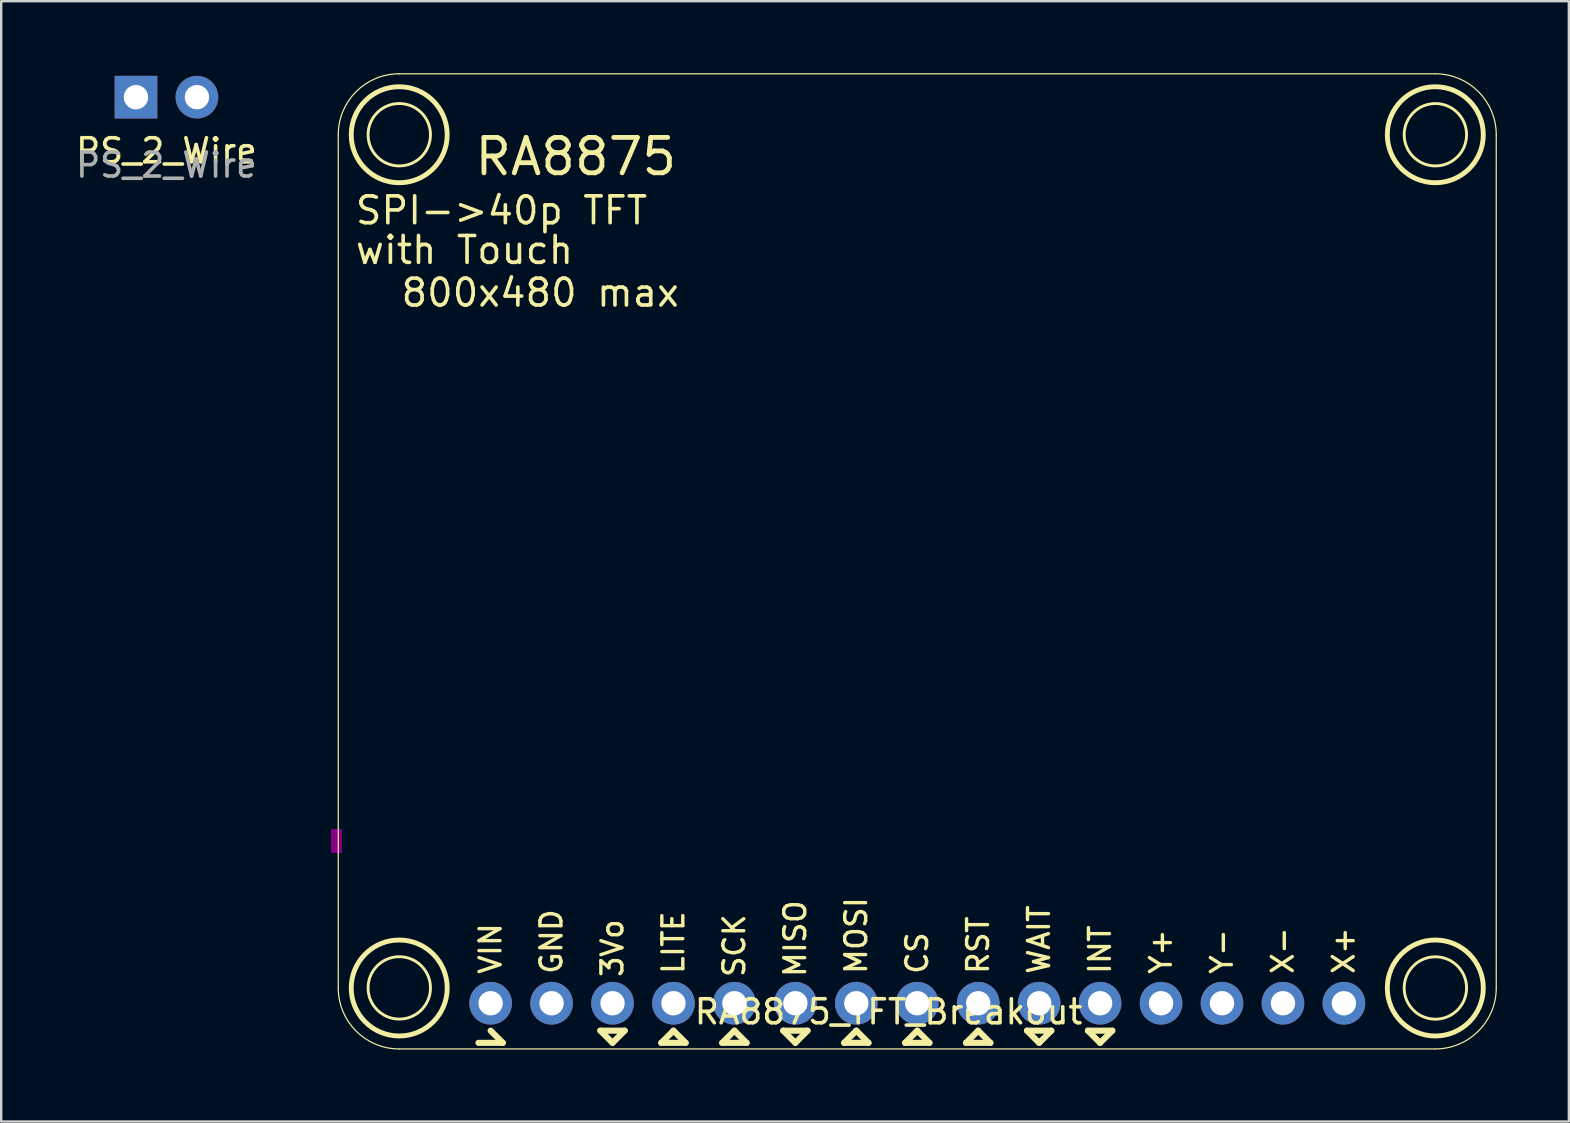
<source format=kicad_pcb>
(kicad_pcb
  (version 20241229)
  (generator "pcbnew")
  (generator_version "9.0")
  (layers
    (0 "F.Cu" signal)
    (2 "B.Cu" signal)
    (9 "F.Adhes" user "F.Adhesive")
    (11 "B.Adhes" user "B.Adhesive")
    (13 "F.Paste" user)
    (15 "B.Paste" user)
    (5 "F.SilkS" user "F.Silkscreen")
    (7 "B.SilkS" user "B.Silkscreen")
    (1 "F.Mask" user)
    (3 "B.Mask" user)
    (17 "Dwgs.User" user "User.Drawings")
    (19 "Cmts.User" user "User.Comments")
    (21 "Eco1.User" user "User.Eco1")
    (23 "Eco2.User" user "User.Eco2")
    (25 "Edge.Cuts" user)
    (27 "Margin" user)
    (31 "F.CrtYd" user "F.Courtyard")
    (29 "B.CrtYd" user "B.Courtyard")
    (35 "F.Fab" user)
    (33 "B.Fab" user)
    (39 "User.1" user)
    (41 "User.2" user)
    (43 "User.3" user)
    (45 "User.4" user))
  (footprint "PS_2_Wire"
    (layer "F.Cu")
    (at 3.887 1.33)
    (property "Reference" "PS_2_Wire" (at 0 1.905 0) (unlocked yes) (layer "F.SilkS") (effects (font (size 1 1) (thickness 0.15))))
    (attr smd)
    (fp_rect (start -2.21 -1.27) (end -0.33 0.61) (stroke (width 0.12) (type solid)) (fill no) (layer "F.Mask"))
    (fp_rect (start -0.33 0.61) (end -2.21 -1.27) (stroke (width 0.12) (type solid)) (fill no) (layer "B.Mask"))
    (fp_text user "${REFERENCE}" (at 0 2.5 0) (unlocked yes) (layer "F.Fab") (effects (font (size 1 1) (thickness 0.15))))
    (pad "1" thru_hole rect (at -1.27 -0.33) (size 1.778 1.778) (drill 1.016) (layers "*.Cu" "*.Mask"))
    (pad "2" thru_hole circle (at 1.27 -0.33 90) (size 1.778 1.778) (drill 1.016) (layers "*.Cu" "*.Mask")))
  (footprint "RA8875_TFT_Breakout"
    (layer "F.Cu")
    (at 36.374 39.619)
    (property "Reference" "RA8875_TFT_Breakout" (at -2.394 -0.5 0) (unlocked yes) (layer "F.SilkS") (effects (font (size 1 1) (thickness 0.15))))
    (attr through_hole)
    (fp_line (start -25.327 -1.494) (end -25.327 -37.054) (stroke (width 0.05) (type solid)) (layer "F.SilkS"))
    (fp_line (start -22.787 -39.594) (end 20.393 -39.594) (stroke (width 0.05) (type solid)) (layer "F.SilkS"))
    (fp_line (start -18.977 0.284) (end -18.469 0.792) (stroke (width 0.254) (type solid)) (layer "F.SilkS"))
    (fp_line (start -18.469 0.792) (end -19.485 0.792) (stroke (width 0.254) (type solid)) (layer "F.SilkS"))
    (fp_line (start -14.405 0.284) (end -13.389 0.284) (stroke (width 0.254) (type solid)) (layer "F.SilkS"))
    (fp_line (start -13.897 0.792) (end -14.405 0.284) (stroke (width 0.254) (type solid)) (layer "F.SilkS"))
    (fp_line (start -13.389 0.284) (end -13.897 0.792) (stroke (width 0.254) (type solid)) (layer "F.SilkS"))
    (fp_line (start -11.865 0.792) (end -11.357 0.284) (stroke (width 0.254) (type solid)) (layer "F.SilkS"))
    (fp_line (start -11.357 0.284) (end -10.849 0.792) (stroke (width 0.254) (type solid)) (layer "F.SilkS"))
    (fp_line (start -10.849 0.792) (end -11.865 0.792) (stroke (width 0.254) (type solid)) (layer "F.SilkS"))
    (fp_line (start -9.325 0.792) (end -8.817 0.284) (stroke (width 0.254) (type solid)) (layer "F.SilkS"))
    (fp_line (start -8.817 0.284) (end -8.309 0.792) (stroke (width 0.254) (type solid)) (layer "F.SilkS"))
    (fp_line (start -8.309 0.792) (end -9.325 0.792) (stroke (width 0.254) (type solid)) (layer "F.SilkS"))
    (fp_line (start -6.785 0.284) (end -5.769 0.284) (stroke (width 0.254) (type solid)) (layer "F.SilkS"))
    (fp_line (start -6.277 0.792) (end -6.785 0.284) (stroke (width 0.254) (type solid)) (layer "F.SilkS"))
    (fp_line (start -5.769 0.284) (end -6.277 0.792) (stroke (width 0.254) (type solid)) (layer "F.SilkS"))
    (fp_line (start -4.245 0.792) (end -3.737 0.284) (stroke (width 0.254) (type solid)) (layer "F.SilkS"))
    (fp_line (start -3.737 0.284) (end -3.229 0.792) (stroke (width 0.254) (type solid)) (layer "F.SilkS"))
    (fp_line (start -3.229 0.792) (end -4.245 0.792) (stroke (width 0.254) (type solid)) (layer "F.SilkS"))
    (fp_line (start -1.705 0.792) (end -1.197 0.284) (stroke (width 0.254) (type solid)) (layer "F.SilkS"))
    (fp_line (start -1.197 0.284) (end -0.689 0.792) (stroke (width 0.254) (type solid)) (layer "F.SilkS"))
    (fp_line (start -0.689 0.792) (end -1.705 0.792) (stroke (width 0.254) (type solid)) (layer "F.SilkS"))
    (fp_line (start 0.835 0.792) (end 1.343 0.284) (stroke (width 0.254) (type solid)) (layer "F.SilkS"))
    (fp_line (start 1.343 0.284) (end 1.851 0.792) (stroke (width 0.254) (type solid)) (layer "F.SilkS"))
    (fp_line (start 1.851 0.792) (end 0.835 0.792) (stroke (width 0.254) (type solid)) (layer "F.SilkS"))
    (fp_line (start 3.375 0.284) (end 4.391 0.284) (stroke (width 0.254) (type solid)) (layer "F.SilkS"))
    (fp_line (start 3.883 0.792) (end 3.375 0.284) (stroke (width 0.254) (type solid)) (layer "F.SilkS"))
    (fp_line (start 4.391 0.284) (end 3.883 0.792) (stroke (width 0.254) (type solid)) (layer "F.SilkS"))
    (fp_line (start 5.915 0.284) (end 6.931 0.284) (stroke (width 0.254) (type solid)) (layer "F.SilkS"))
    (fp_line (start 6.423 0.792) (end 5.915 0.284) (stroke (width 0.254) (type solid)) (layer "F.SilkS"))
    (fp_line (start 6.931 0.284) (end 6.423 0.792) (stroke (width 0.254) (type solid)) (layer "F.SilkS"))
    (fp_line (start 20.393 1.046) (end -22.787 1.046) (stroke (width 0.05) (type solid)) (layer "F.SilkS"))
    (fp_line (start 22.933 -37.054) (end 22.933 -1.494) (stroke (width 0.05) (type solid)) (layer "F.SilkS"))
    (fp_arc (start -25.327162 -37.053639) (mid -24.583213 -38.84969) (end -22.787162 -39.593639) (stroke (width 0.05) (type solid)) (layer "F.SilkS"))
    (fp_arc (start -22.787162 1.046361) (mid -24.583213 0.302412) (end -25.327162 -1.493639) (stroke (width 0.05) (type solid)) (layer "F.SilkS"))
    (fp_arc (start 20.392838 -39.593639) (mid 22.188889 -38.84969) (end 22.932838 -37.053639) (stroke (width 0.05) (type solid)) (layer "F.SilkS"))
    (fp_arc (start 22.932838 -1.493639) (mid 22.188889 0.302412) (end 20.392838 1.046361) (stroke (width 0.05) (type solid)) (layer "F.SilkS"))
    (fp_circle (center -22.787 -37.054) (end -20.787 -37.054) (stroke (width 0.203) (type solid)) (fill no) (layer "F.SilkS"))
    (fp_circle (center -22.787 -1.494) (end -20.787 -1.494) (stroke (width 0.203) (type solid)) (fill no) (layer "F.SilkS"))
    (fp_circle (center -22.784 -37.054) (end -21.484 -37.054) (stroke (width 0.12) (type solid)) (fill no) (layer "F.SilkS"))
    (fp_circle (center -22.784 -1.498) (end -21.484 -1.498) (stroke (width 0.12) (type solid)) (fill no) (layer "F.SilkS"))
    (fp_circle (center 20.393 -37.054) (end 22.393 -37.054) (stroke (width 0.203) (type solid)) (fill no) (layer "F.SilkS"))
    (fp_circle (center 20.393 -1.494) (end 22.393 -1.494) (stroke (width 0.203) (type solid)) (fill no) (layer "F.SilkS"))
    (fp_circle (center 20.396 -37.054) (end 21.696 -37.054) (stroke (width 0.12) (type solid)) (fill no) (layer "F.SilkS"))
    (fp_circle (center 20.396 -1.494) (end 21.696 -1.494) (stroke (width 0.12) (type solid)) (fill no) (layer "F.SilkS"))
    (fp_poly (pts (xy -25.6 -7.12) (xy -25.2 -7.12) (xy -25.2 -8.12) (xy -25.6 -8.12)) (stroke (width 0) (type solid)) (fill yes) (layer "F.Adhes"))
    (fp_poly (pts (xy -25.6 -7.12) (xy -25.2 -7.12) (xy -25.2 -8.12) (xy -25.6 -8.12)) (stroke (width 0) (type solid)) (fill yes) (layer "F.Adhes"))
    (fp_poly (pts (xy -25.6 -7.12) (xy -25.2 -7.12) (xy -25.2 -8.12) (xy -25.6 -8.12)) (stroke (width 0) (type solid)) (fill yes) (layer "F.Adhes"))
    (fp_poly (pts (xy -25.6 -7.12) (xy -25.2 -7.12) (xy -25.2 -8.12) (xy -25.6 -8.12)) (stroke (width 0) (type solid)) (fill yes) (layer "F.Adhes"))
    (fp_poly (pts (xy -25.6 -7.12) (xy -25.2 -7.12) (xy -25.2 -8.12) (xy -25.6 -8.12)) (stroke (width 0) (type solid)) (fill yes) (layer "F.Adhes"))
    (fp_poly (pts (xy -25.6 -7.12) (xy -25.2 -7.12) (xy -25.2 -8.12) (xy -25.6 -8.12)) (stroke (width 0) (type solid)) (fill yes) (layer "F.Adhes"))
    (fp_poly (pts (xy -25.6 -7.12) (xy -25.2 -7.12) (xy -25.2 -8.12) (xy -25.6 -8.12)) (stroke (width 0) (type solid)) (fill yes) (layer "F.Adhes"))
    (fp_poly (pts (xy -25.6 -7.12) (xy -25.2 -7.12) (xy -25.2 -8.12) (xy -25.6 -8.12)) (stroke (width 0) (type solid)) (fill yes) (layer "F.Adhes"))
    (fp_poly (pts (xy -25.6 -7.12) (xy -25.2 -7.12) (xy -25.2 -8.12) (xy -25.6 -8.12)) (stroke (width 0) (type solid)) (fill yes) (layer "F.Adhes"))
    (fp_poly (pts (xy -25.6 -7.12) (xy -25.2 -7.12) (xy -25.2 -8.12) (xy -25.6 -8.12)) (stroke (width 0) (type solid)) (fill yes) (layer "F.Adhes"))
    (fp_poly (pts (xy -25.6 -7.12) (xy -25.2 -7.12) (xy -25.2 -8.12) (xy -25.6 -8.12)) (stroke (width 0) (type solid)) (fill yes) (layer "F.Adhes"))
    (fp_poly (pts (xy -25.6 -7.12) (xy -25.2 -7.12) (xy -25.2 -8.12) (xy -25.6 -8.12)) (stroke (width 0) (type solid)) (fill yes) (layer "F.Adhes"))
    (fp_text user "SCK" (at -8.825 -1.875 90) (layer "F.SilkS") (effects (font (size 0.874 0.874) (thickness 0.142)) (justify left)))
    (fp_text user "3Vo" (at -13.905 -1.875 90) (layer "F.SilkS") (effects (font (size 0.874 0.874) (thickness 0.142)) (justify left)))
    (fp_text user "RST" (at 1.335 -2.002 90) (layer "F.SilkS") (effects (font (size 0.874 0.874) (thickness 0.142)) (justify left)))
    (fp_text user "WAIT" (at 3.875 -2.002 90) (layer "F.SilkS") (effects (font (size 0.874 0.874) (thickness 0.142)) (justify left)))
    (fp_text user "LITE" (at -11.365 -2.002 90) (layer "F.SilkS") (effects (font (size 0.874 0.874) (thickness 0.142)) (justify left)))
    (fp_text user "GND" (at -16.445 -2.002 90) (layer "F.SilkS") (effects (font (size 0.874 0.874) (thickness 0.142)) (justify left)))
    (fp_text user "MOSI" (at -3.745 -2.002 90) (layer "F.SilkS") (effects (font (size 0.874 0.874) (thickness 0.142)) (justify left)))
    (fp_text user "Y+" (at 8.955 -2.002 90) (layer "F.SilkS") (effects (font (size 0.874 0.874) (thickness 0.142)) (justify left)))
    (fp_text user "X-" (at 14.035 -2.002 90) (layer "F.SilkS") (effects (font (size 0.874 0.874) (thickness 0.142)) (justify left)))
    (fp_text user "INT" (at 6.415 -2.002 90) (layer "F.SilkS") (effects (font (size 0.874 0.874) (thickness 0.142)) (justify left)))
    (fp_text user "MISO" (at -6.285 -1.875 90) (layer "F.SilkS") (effects (font (size 0.874 0.874) (thickness 0.142)) (justify left)))
    (fp_text user "X+" (at 16.575 -2.002 90) (layer "F.SilkS") (effects (font (size 0.874 0.874) (thickness 0.142)) (justify left)))
    (fp_text user "800x480 max" (at -22.787 -29.815 0) (layer "F.SilkS") (effects (font (size 1.118 1.118) (thickness 0.152)) (justify left bottom)))
    (fp_text user "CS" (at -1.205 -2.002 90) (layer "F.SilkS") (effects (font (size 0.874 0.874) (thickness 0.142)) (justify left)))
    (fp_text user "VIN" (at -18.985 -2.002 90) (layer "F.SilkS") (effects (font (size 0.874 0.874) (thickness 0.142)) (justify left)))
    (fp_text user "RA8875" (at -19.739 -35.276 0) (layer "F.SilkS") (effects (font (size 1.475 1.475) (thickness 0.201)) (justify left bottom)))
    (fp_text user "SPI->40p TFT" (at -24.692 -33.244 0) (layer "F.SilkS") (effects (font (size 1.118 1.118) (thickness 0.152)) (justify left bottom)))
    (fp_text user "with Touch" (at -24.692 -31.593 0) (layer "F.SilkS") (effects (font (size 1.118 1.118) (thickness 0.152)) (justify left bottom)))
    (fp_text user "Y-" (at 11.495 -2.002 90) (layer "F.SilkS") (effects (font (size 0.874 0.874) (thickness 0.142)) (justify left)))
    (pad "1" thru_hole circle (at -18.977 -0.859 90) (size 1.778 1.778) (drill 1.016) (layers "*.Cu" "*.Mask"))
    (pad "2" thru_hole circle (at -16.437 -0.859 90) (size 1.778 1.778) (drill 1.016) (layers "*.Cu" "*.Mask"))
    (pad "3" thru_hole circle (at -13.897 -0.859 90) (size 1.778 1.778) (drill 1.016) (layers "*.Cu" "*.Mask"))
    (pad "4" thru_hole circle (at -11.357 -0.859 90) (size 1.778 1.778) (drill 1.016) (layers "*.Cu" "*.Mask"))
    (pad "5" thru_hole circle (at -8.817 -0.859 90) (size 1.778 1.778) (drill 1.016) (layers "*.Cu" "*.Mask"))
    (pad "6" thru_hole circle (at -6.277 -0.859 90) (size 1.778 1.778) (drill 1.016) (layers "*.Cu" "*.Mask"))
    (pad "7" thru_hole circle (at -3.737 -0.859 90) (size 1.778 1.778) (drill 1.016) (layers "*.Cu" "*.Mask"))
    (pad "8" thru_hole circle (at -1.197 -0.859 90) (size 1.778 1.778) (drill 1.016) (layers "*.Cu" "*.Mask"))
    (pad "9" thru_hole circle (at 1.343 -0.859 90) (size 1.778 1.778) (drill 1.016) (layers "*.Cu" "*.Mask"))
    (pad "10" thru_hole circle (at 3.883 -0.859 90) (size 1.778 1.778) (drill 1.016) (layers "*.Cu" "*.Mask"))
    (pad "11" thru_hole circle (at 6.423 -0.859 90) (size 1.778 1.778) (drill 1.016) (layers "*.Cu" "*.Mask"))
    (pad "12" thru_hole circle (at 8.963 -0.859 90) (size 1.778 1.778) (drill 1.016) (layers "*.Cu" "*.Mask"))
    (pad "13" thru_hole circle (at 11.503 -0.859 90) (size 1.778 1.778) (drill 1.016) (layers "*.Cu" "*.Mask"))
    (pad "14" thru_hole circle (at 14.043 -0.859 90) (size 1.778 1.778) (drill 1.016) (layers "*.Cu" "*.Mask"))
    (pad "15" thru_hole circle (at 16.583 -0.859 90) (size 1.778 1.778) (drill 1.016) (layers "*.Cu" "*.Mask")))
  (gr_rect
    (start -3 -3)
    (end 62.332 43.69)
    (stroke (width 0.1) (type default))
    (fill no)
    (layer "Edge.Cuts")))
</source>
